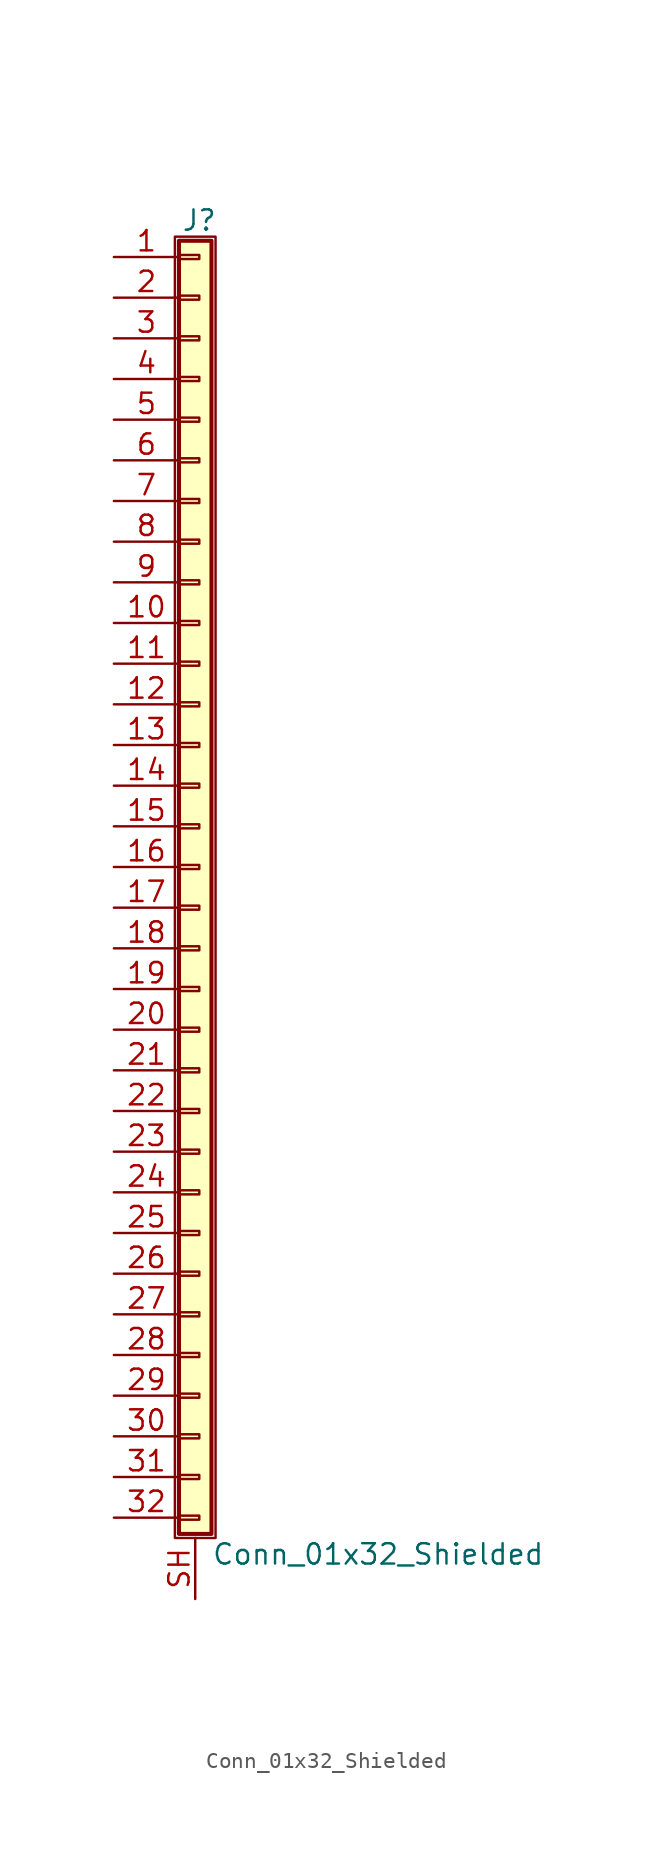
<source format=kicad_sym>
(kicad_symbol_lib
  (version 20211014)
  (generator kicad_symbol_editor)
  (symbol "Conn_01x32_Shielded"
    (pin_names
      (offset 1.016) hide)
    (property "Reference" "J"
      (at 0.254 40.386 0)
      (effects (font (size 1.27 1.27))))
    (property "Value" "Conn_01x32_Shielded"
      (at 1.016 -42.926 0)
      (effects (font (size 1.27 1.27)) (justify left)))
    (symbol "Conn_01x32_Shielded_1_1"
      (rectangle (start -1.27 39.37) (end 1.27 -41.91) (stroke (width 0.152) (type default) (color 0 0 0 0)) (fill (type none)))
      (rectangle (start -1.016 -40.513) (end 0.254 -40.767) (stroke (width 0.152) (type default) (color 0 0 0 0)) (fill (type none)))
      (rectangle (start -1.016 -37.973) (end 0.254 -38.227) (stroke (width 0.152) (type default) (color 0 0 0 0)) (fill (type none)))
      (rectangle (start -1.016 -35.433) (end 0.254 -35.687) (stroke (width 0.152) (type default) (color 0 0 0 0)) (fill (type none)))
      (rectangle (start -1.016 -32.893) (end 0.254 -33.147) (stroke (width 0.152) (type default) (color 0 0 0 0)) (fill (type none)))
      (rectangle (start -1.016 -30.353) (end 0.254 -30.607) (stroke (width 0.152) (type default) (color 0 0 0 0)) (fill (type none)))
      (rectangle (start -1.016 -27.813) (end 0.254 -28.067) (stroke (width 0.152) (type default) (color 0 0 0 0)) (fill (type none)))
      (rectangle (start -1.016 -25.273) (end 0.254 -25.527) (stroke (width 0.152) (type default) (color 0 0 0 0)) (fill (type none)))
      (rectangle (start -1.016 -22.733) (end 0.254 -22.987) (stroke (width 0.152) (type default) (color 0 0 0 0)) (fill (type none)))
      (rectangle (start -1.016 -20.193) (end 0.254 -20.447) (stroke (width 0.152) (type default) (color 0 0 0 0)) (fill (type none)))
      (rectangle (start -1.016 -17.653) (end 0.254 -17.907) (stroke (width 0.152) (type default) (color 0 0 0 0)) (fill (type none)))
      (rectangle (start -1.016 -15.113) (end 0.254 -15.367) (stroke (width 0.152) (type default) (color 0 0 0 0)) (fill (type none)))
      (rectangle (start -1.016 -12.573) (end 0.254 -12.827) (stroke (width 0.152) (type default) (color 0 0 0 0)) (fill (type none)))
      (rectangle (start -1.016 -10.033) (end 0.254 -10.287) (stroke (width 0.152) (type default) (color 0 0 0 0)) (fill (type none)))
      (rectangle (start -1.016 -7.493) (end 0.254 -7.747) (stroke (width 0.152) (type default) (color 0 0 0 0)) (fill (type none)))
      (rectangle (start -1.016 -4.953) (end 0.254 -5.207) (stroke (width 0.152) (type default) (color 0 0 0 0)) (fill (type none)))
      (rectangle (start -1.016 -2.413) (end 0.254 -2.667) (stroke (width 0.152) (type default) (color 0 0 0 0)) (fill (type none)))
      (rectangle (start -1.016 0.127) (end 0.254 -0.127) (stroke (width 0.152) (type default) (color 0 0 0 0)) (fill (type none)))
      (rectangle (start -1.016 2.667) (end 0.254 2.413) (stroke (width 0.152) (type default) (color 0 0 0 0)) (fill (type none)))
      (rectangle (start -1.016 5.207) (end 0.254 4.953) (stroke (width 0.152) (type default) (color 0 0 0 0)) (fill (type none)))
      (rectangle (start -1.016 7.747) (end 0.254 7.493) (stroke (width 0.152) (type default) (color 0 0 0 0)) (fill (type none)))
      (rectangle (start -1.016 10.287) (end 0.254 10.033) (stroke (width 0.152) (type default) (color 0 0 0 0)) (fill (type none)))
      (rectangle (start -1.016 12.827) (end 0.254 12.573) (stroke (width 0.152) (type default) (color 0 0 0 0)) (fill (type none)))
      (rectangle (start -1.016 15.367) (end 0.254 15.113) (stroke (width 0.152) (type default) (color 0 0 0 0)) (fill (type none)))
      (rectangle (start -1.016 17.907) (end 0.254 17.653) (stroke (width 0.152) (type default) (color 0 0 0 0)) (fill (type none)))
      (rectangle (start -1.016 20.447) (end 0.254 20.193) (stroke (width 0.152) (type default) (color 0 0 0 0)) (fill (type none)))
      (rectangle (start -1.016 22.987) (end 0.254 22.733) (stroke (width 0.152) (type default) (color 0 0 0 0)) (fill (type none)))
      (rectangle (start -1.016 25.527) (end 0.254 25.273) (stroke (width 0.152) (type default) (color 0 0 0 0)) (fill (type none)))
      (rectangle (start -1.016 28.067) (end 0.254 27.813) (stroke (width 0.152) (type default) (color 0 0 0 0)) (fill (type none)))
      (rectangle (start -1.016 30.607) (end 0.254 30.353) (stroke (width 0.152) (type default) (color 0 0 0 0)) (fill (type none)))
      (rectangle (start -1.016 33.147) (end 0.254 32.893) (stroke (width 0.152) (type default) (color 0 0 0 0)) (fill (type none)))
      (rectangle (start -1.016 35.687) (end 0.254 35.433) (stroke (width 0.152) (type default) (color 0 0 0 0)) (fill (type none)))
      (rectangle (start -1.016 38.227) (end 0.254 37.973) (stroke (width 0.152) (type default) (color 0 0 0 0)) (fill (type none)))
      (rectangle (start -1.016 39.116) (end 1.016 -41.656) (stroke (width 0.254) (type default) (color 0 0 0 0)) (fill (type background)))
      (pin passive line (at -5.08 38.1 0) (length 4.064) (name "Pin_1" (effects (font (size 1.27 1.27)))) (number "1" (effects (font (size 1.27 1.27)))))
      (pin passive line (at -5.08 15.24 0) (length 4.064) (name "Pin_10" (effects (font (size 1.27 1.27)))) (number "10" (effects (font (size 1.27 1.27)))))
      (pin passive line (at -5.08 12.7 0) (length 4.064) (name "Pin_11" (effects (font (size 1.27 1.27)))) (number "11" (effects (font (size 1.27 1.27)))))
      (pin passive line (at -5.08 10.16 0) (length 4.064) (name "Pin_12" (effects (font (size 1.27 1.27)))) (number "12" (effects (font (size 1.27 1.27)))))
      (pin passive line (at -5.08 7.62 0) (length 4.064) (name "Pin_13" (effects (font (size 1.27 1.27)))) (number "13" (effects (font (size 1.27 1.27)))))
      (pin passive line (at -5.08 5.08 0) (length 4.064) (name "Pin_14" (effects (font (size 1.27 1.27)))) (number "14" (effects (font (size 1.27 1.27)))))
      (pin passive line (at -5.08 2.54 0) (length 4.064) (name "Pin_15" (effects (font (size 1.27 1.27)))) (number "15" (effects (font (size 1.27 1.27)))))
      (pin passive line (at -5.08 0 0) (length 4.064) (name "Pin_16" (effects (font (size 1.27 1.27)))) (number "16" (effects (font (size 1.27 1.27)))))
      (pin passive line (at -5.08 -2.54 0) (length 4.064) (name "Pin_17" (effects (font (size 1.27 1.27)))) (number "17" (effects (font (size 1.27 1.27)))))
      (pin passive line (at -5.08 -5.08 0) (length 4.064) (name "Pin_18" (effects (font (size 1.27 1.27)))) (number "18" (effects (font (size 1.27 1.27)))))
      (pin passive line (at -5.08 -7.62 0) (length 4.064) (name "Pin_19" (effects (font (size 1.27 1.27)))) (number "19" (effects (font (size 1.27 1.27)))))
      (pin passive line (at -5.08 35.56 0) (length 4.064) (name "Pin_2" (effects (font (size 1.27 1.27)))) (number "2" (effects (font (size 1.27 1.27)))))
      (pin passive line (at -5.08 -10.16 0) (length 4.064) (name "Pin_20" (effects (font (size 1.27 1.27)))) (number "20" (effects (font (size 1.27 1.27)))))
      (pin passive line (at -5.08 -12.7 0) (length 4.064) (name "Pin_21" (effects (font (size 1.27 1.27)))) (number "21" (effects (font (size 1.27 1.27)))))
      (pin passive line (at -5.08 -15.24 0) (length 4.064) (name "Pin_22" (effects (font (size 1.27 1.27)))) (number "22" (effects (font (size 1.27 1.27)))))
      (pin passive line (at -5.08 -17.78 0) (length 4.064) (name "Pin_23" (effects (font (size 1.27 1.27)))) (number "23" (effects (font (size 1.27 1.27)))))
      (pin passive line (at -5.08 -20.32 0) (length 4.064) (name "Pin_24" (effects (font (size 1.27 1.27)))) (number "24" (effects (font (size 1.27 1.27)))))
      (pin passive line (at -5.08 -22.86 0) (length 4.064) (name "Pin_25" (effects (font (size 1.27 1.27)))) (number "25" (effects (font (size 1.27 1.27)))))
      (pin passive line (at -5.08 -25.4 0) (length 4.064) (name "Pin_26" (effects (font (size 1.27 1.27)))) (number "26" (effects (font (size 1.27 1.27)))))
      (pin passive line (at -5.08 -27.94 0) (length 4.064) (name "Pin_27" (effects (font (size 1.27 1.27)))) (number "27" (effects (font (size 1.27 1.27)))))
      (pin passive line (at -5.08 -30.48 0) (length 4.064) (name "Pin_28" (effects (font (size 1.27 1.27)))) (number "28" (effects (font (size 1.27 1.27)))))
      (pin passive line (at -5.08 -33.02 0) (length 4.064) (name "Pin_29" (effects (font (size 1.27 1.27)))) (number "29" (effects (font (size 1.27 1.27)))))
      (pin passive line (at -5.08 33.02 0) (length 4.064) (name "Pin_3" (effects (font (size 1.27 1.27)))) (number "3" (effects (font (size 1.27 1.27)))))
      (pin passive line (at -5.08 -35.56 0) (length 4.064) (name "Pin_30" (effects (font (size 1.27 1.27)))) (number "30" (effects (font (size 1.27 1.27)))))
      (pin passive line (at -5.08 -38.1 0) (length 4.064) (name "Pin_31" (effects (font (size 1.27 1.27)))) (number "31" (effects (font (size 1.27 1.27)))))
      (pin passive line (at -5.08 -40.64 0) (length 4.064) (name "Pin_32" (effects (font (size 1.27 1.27)))) (number "32" (effects (font (size 1.27 1.27)))))
      (pin passive line (at -5.08 30.48 0) (length 4.064) (name "Pin_4" (effects (font (size 1.27 1.27)))) (number "4" (effects (font (size 1.27 1.27)))))
      (pin passive line (at -5.08 27.94 0) (length 4.064) (name "Pin_5" (effects (font (size 1.27 1.27)))) (number "5" (effects (font (size 1.27 1.27)))))
      (pin passive line (at -5.08 25.4 0) (length 4.064) (name "Pin_6" (effects (font (size 1.27 1.27)))) (number "6" (effects (font (size 1.27 1.27)))))
      (pin passive line (at -5.08 22.86 0) (length 4.064) (name "Pin_7" (effects (font (size 1.27 1.27)))) (number "7" (effects (font (size 1.27 1.27)))))
      (pin passive line (at -5.08 20.32 0) (length 4.064) (name "Pin_8" (effects (font (size 1.27 1.27)))) (number "8" (effects (font (size 1.27 1.27)))))
      (pin passive line (at -5.08 17.78 0) (length 4.064) (name "Pin_9" (effects (font (size 1.27 1.27)))) (number "9" (effects (font (size 1.27 1.27)))))
      (pin passive line (at 0 -45.72 90) (length 3.81) (name "Shield" (effects (font (size 1.27 1.27)))) (number "SH" (effects (font (size 1.27 1.27))))))))
</source>
